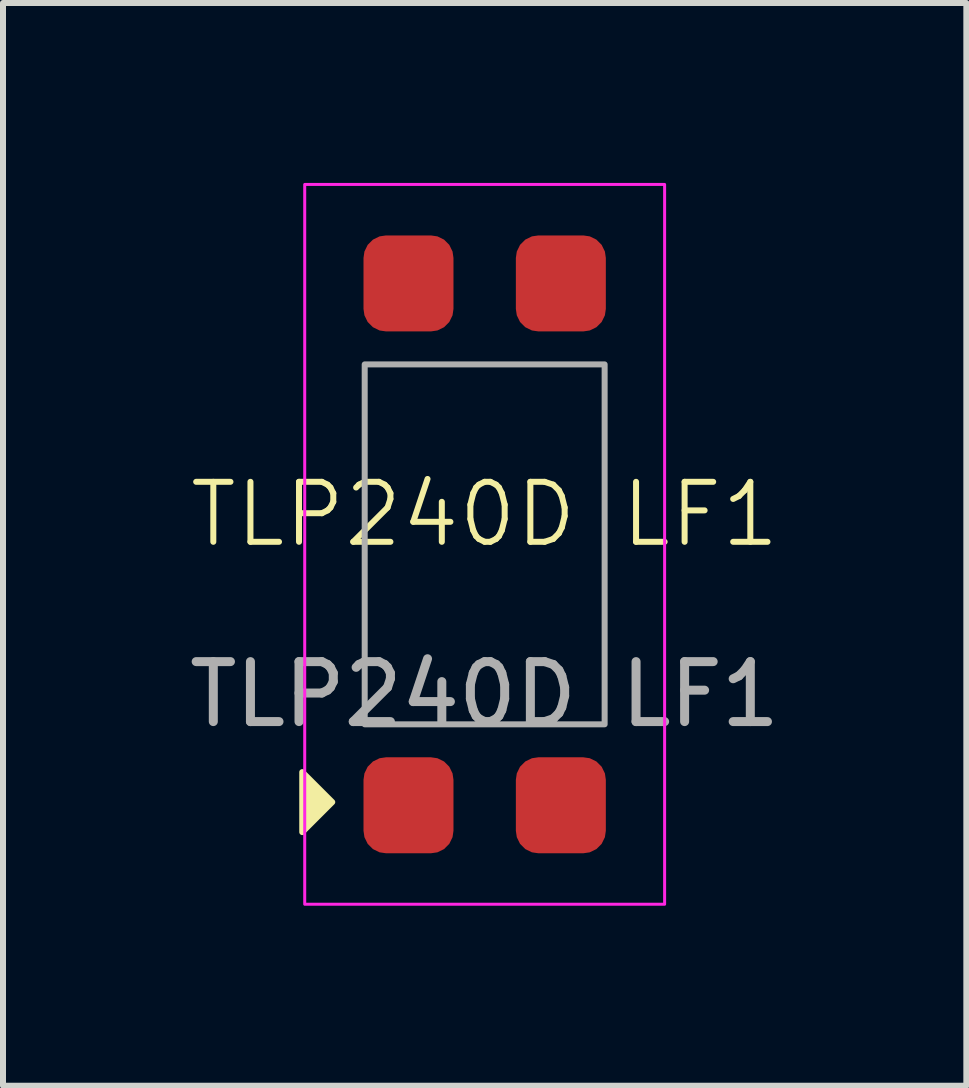
<source format=kicad_pcb>
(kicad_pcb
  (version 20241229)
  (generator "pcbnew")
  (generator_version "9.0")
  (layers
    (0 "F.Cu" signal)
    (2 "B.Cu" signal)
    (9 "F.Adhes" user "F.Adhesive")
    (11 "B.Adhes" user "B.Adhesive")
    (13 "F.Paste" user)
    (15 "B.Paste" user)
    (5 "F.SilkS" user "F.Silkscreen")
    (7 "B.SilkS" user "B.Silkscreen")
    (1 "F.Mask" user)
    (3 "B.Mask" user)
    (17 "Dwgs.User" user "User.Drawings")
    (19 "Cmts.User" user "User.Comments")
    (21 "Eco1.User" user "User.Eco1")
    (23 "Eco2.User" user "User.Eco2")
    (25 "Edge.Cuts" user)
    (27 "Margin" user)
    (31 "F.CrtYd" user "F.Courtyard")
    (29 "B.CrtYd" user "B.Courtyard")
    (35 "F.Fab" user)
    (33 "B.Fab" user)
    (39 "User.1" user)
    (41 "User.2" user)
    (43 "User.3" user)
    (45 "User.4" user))
  (footprint "TLP240D LF1"
    (layer "F.Cu")
    (at 5.03 6.025)
    (property "Reference" "TLP240D LF1" (at 0 -0.5 0) (unlocked yes) (layer "F.SilkS") (effects (font (size 1 1) (thickness 0.1))))
    (attr smd)
    (fp_poly (pts (xy -3.041 3.797) (xy -3.041 4.797) (xy -2.541 4.297)) (stroke (width 0.1) (type solid)) (fill yes) (layer "F.SilkS"))
    (fp_rect (start -3 -6) (end 3 6) (stroke (width 0.05) (type default)) (fill no) (layer "F.CrtYd"))
    (fp_rect (start -2 -3) (end 2 3) (stroke (width 0.1) (type default)) (fill no) (layer "F.Fab"))
    (fp_text user "${REFERENCE}" (at 0 2.5 0) (unlocked yes) (layer "F.Fab") (effects (font (size 1 1) (thickness 0.15))))
    (pad "1" smd roundrect (at -1.27 4.35) (size 1.5 1.6) (layers "F.Cu" "F.Mask" "F.Paste") (roundrect_rratio 0.25))
    (pad "2" smd roundrect (at 1.27 4.35) (size 1.5 1.6) (layers "F.Cu" "F.Mask" "F.Paste") (roundrect_rratio 0.25))
    (pad "3" smd roundrect (at 1.27 -4.35) (size 1.5 1.6) (layers "F.Cu" "F.Mask" "F.Paste") (roundrect_rratio 0.25))
    (pad "4" smd roundrect (at -1.27 -4.35) (size 1.5 1.6) (layers "F.Cu" "F.Mask" "F.Paste") (roundrect_rratio 0.25)))
  (gr_rect
    (start -3 -3)
    (end 13.06 15.05)
    (stroke (width 0.1) (type default))
    (fill no)
    (layer "Edge.Cuts")))
</source>
